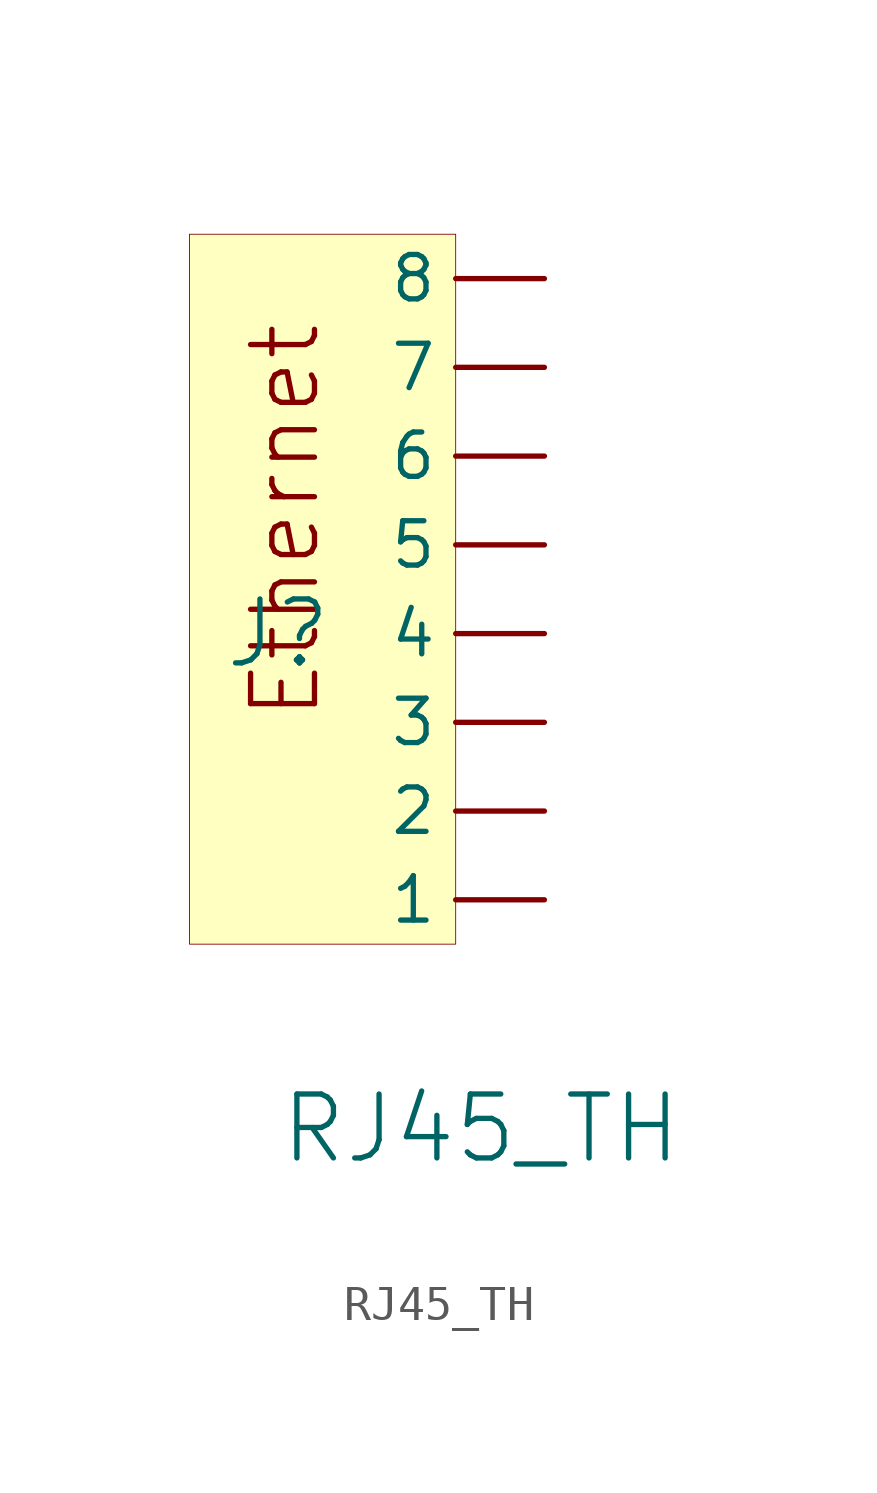
<source format=kicad_sym>
(kicad_symbol_lib
  (version 20241209)
  (generator "kicad_symbol_editor")
  (generator_version "9.0")
  (symbol "RJ45_TH"
    (pin_numbers
      (hide yes))
    (property "Reference" "J"
      (at 0 0 0)
      (effects (font (size 1.829 1.829))))
    (property "Value" "RJ45_TH"
      (at 0 -15.24 0)
      (effects (font (size 1.829 1.829)) (justify left bottom)))
    (symbol "RJ45_TH_1_0"
      (rectangle (start 5.08 11.43) (end -2.54 -8.89) (stroke (width 0.025) (type solid) (color 128 0 0 1)) (fill (type background)))
      (text "Ethernet" (at 1.27 -2.54 900) (effects (font (size 1.829 1.829)) (justify left bottom)))
      (pin passive line (at 7.62 10.16 180) (length 2.54) (name "8" (effects (font (size 1.27 1.27)))) (number "8" (effects (font (size 1.27 1.27)))))
      (pin passive line (at 7.62 7.62 180) (length 2.54) (name "7" (effects (font (size 1.27 1.27)))) (number "7" (effects (font (size 1.27 1.27)))))
      (pin passive line (at 7.62 5.08 180) (length 2.54) (name "6" (effects (font (size 1.27 1.27)))) (number "6" (effects (font (size 1.27 1.27)))))
      (pin passive line (at 7.62 2.54 180) (length 2.54) (name "5" (effects (font (size 1.27 1.27)))) (number "5" (effects (font (size 1.27 1.27)))))
      (pin passive line (at 7.62 0 180) (length 2.54) (name "4" (effects (font (size 1.27 1.27)))) (number "4" (effects (font (size 1.27 1.27)))))
      (pin passive line (at 7.62 -2.54 180) (length 2.54) (name "3" (effects (font (size 1.27 1.27)))) (number "3" (effects (font (size 1.27 1.27)))))
      (pin passive line (at 7.62 -5.08 180) (length 2.54) (name "2" (effects (font (size 1.27 1.27)))) (number "2" (effects (font (size 1.27 1.27)))))
      (pin passive line (at 7.62 -7.62 180) (length 2.54) (name "1" (effects (font (size 1.27 1.27)))) (number "1" (effects (font (size 1.27 1.27))))))))
</source>
